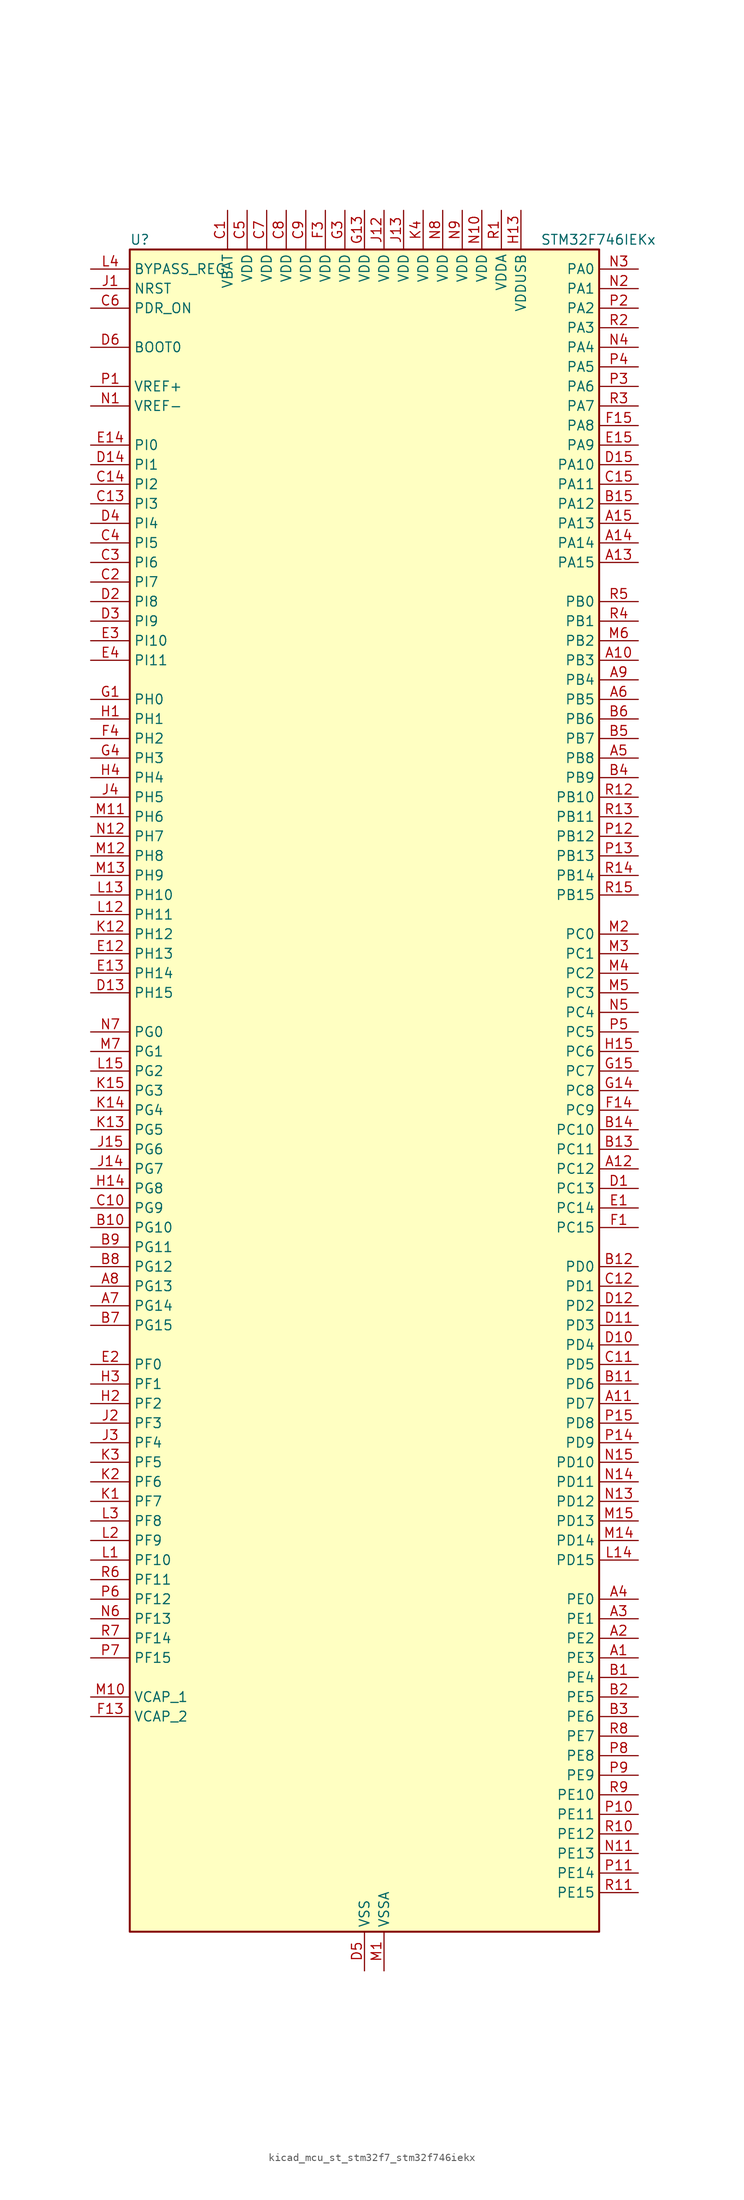
<source format=kicad_sym>
(kicad_symbol_lib
  (version 20220914)
  (generator kicad_symbol_editor)
  (symbol "kicad_mcu_st_stm32f7_stm32f746iekx"
    (property "Reference" "U"
      (at -30.48 110.49 0)
      (effects (font (size 1.27 1.27)) (justify left)))
    (property "Value" "STM32F746IEKx"
      (at 22.86 110.49 0)
      (effects (font (size 1.27 1.27)) (justify left)))
    (property "ki_locked" ""
      (at 0 0 0)
      (effects (font (size 1.27 1.27))))
    (symbol "kicad_mcu_st_stm32f7_stm32f746iekx_0_1"
      (rectangle (start -30.48 -109.22) (end 30.48 109.22) (stroke (width 0.254) (type default)) (fill (type background))))
    (symbol "kicad_mcu_st_stm32f7_stm32f746iekx_1_1"
      (pin bidirectional line (at 35.56 -73.66 180) (length 5.08) (name "PE3" (effects (font (size 1.27 1.27)))) (number "A1" (effects (font (size 1.27 1.27)))) (alternate "FMC_A19" bidirectional line) (alternate "SAI1_SD_B" bidirectional line) (alternate "SYS_TRACED0" bidirectional line))
      (pin bidirectional line (at 35.56 55.88 180) (length 5.08) (name "PB3" (effects (font (size 1.27 1.27)))) (number "A10" (effects (font (size 1.27 1.27)))) (alternate "I2S1_CK" bidirectional line) (alternate "I2S3_CK" bidirectional line) (alternate "SPI1_SCK" bidirectional line) (alternate "SPI3_SCK" bidirectional line) (alternate "SYS_JTDO-SWO" bidirectional line) (alternate "TIM2_CH2" bidirectional line))
      (pin bidirectional line (at 35.56 -40.64 180) (length 5.08) (name "PD7" (effects (font (size 1.27 1.27)))) (number "A11" (effects (font (size 1.27 1.27)))) (alternate "FMC_NE1" bidirectional line) (alternate "SPDIFRX_IN0" bidirectional line) (alternate "USART2_CK" bidirectional line))
      (pin bidirectional line (at 35.56 -10.16 180) (length 5.08) (name "PC12" (effects (font (size 1.27 1.27)))) (number "A12" (effects (font (size 1.27 1.27)))) (alternate "DCMI_D9" bidirectional line) (alternate "I2S3_SD" bidirectional line) (alternate "SDMMC1_CK" bidirectional line) (alternate "SPI3_MOSI" bidirectional line) (alternate "SYS_TRACED3" bidirectional line) (alternate "UART5_TX" bidirectional line) (alternate "USART3_CK" bidirectional line))
      (pin bidirectional line (at 35.56 68.58 180) (length 5.08) (name "PA15" (effects (font (size 1.27 1.27)))) (number "A13" (effects (font (size 1.27 1.27)))) (alternate "CEC" bidirectional line) (alternate "I2S1_WS" bidirectional line) (alternate "I2S3_WS" bidirectional line) (alternate "SPI1_NSS" bidirectional line) (alternate "SPI3_NSS" bidirectional line) (alternate "SYS_JTDI" bidirectional line) (alternate "TIM2_CH1" bidirectional line) (alternate "TIM2_ETR" bidirectional line) (alternate "UART4_DE" bidirectional line) (alternate "UART4_RTS" bidirectional line))
      (pin bidirectional line (at 35.56 71.12 180) (length 5.08) (name "PA14" (effects (font (size 1.27 1.27)))) (number "A14" (effects (font (size 1.27 1.27)))) (alternate "SYS_JTCK-SWCLK" bidirectional line))
      (pin bidirectional line (at 35.56 73.66 180) (length 5.08) (name "PA13" (effects (font (size 1.27 1.27)))) (number "A15" (effects (font (size 1.27 1.27)))) (alternate "SYS_JTMS-SWDIO" bidirectional line))
      (pin bidirectional line (at 35.56 -71.12 180) (length 5.08) (name "PE2" (effects (font (size 1.27 1.27)))) (number "A2" (effects (font (size 1.27 1.27)))) (alternate "ETH_TXD3" bidirectional line) (alternate "FMC_A23" bidirectional line) (alternate "QUADSPI_BK1_IO2" bidirectional line) (alternate "SAI1_MCLK_A" bidirectional line) (alternate "SPI4_SCK" bidirectional line) (alternate "SYS_TRACECLK" bidirectional line))
      (pin bidirectional line (at 35.56 -68.58 180) (length 5.08) (name "PE1" (effects (font (size 1.27 1.27)))) (number "A3" (effects (font (size 1.27 1.27)))) (alternate "DCMI_D3" bidirectional line) (alternate "FMC_NBL1" bidirectional line) (alternate "LPTIM1_IN2" bidirectional line) (alternate "UART8_TX" bidirectional line))
      (pin bidirectional line (at 35.56 -66.04 180) (length 5.08) (name "PE0" (effects (font (size 1.27 1.27)))) (number "A4" (effects (font (size 1.27 1.27)))) (alternate "DCMI_D2" bidirectional line) (alternate "FMC_NBL0" bidirectional line) (alternate "LPTIM1_ETR" bidirectional line) (alternate "SAI2_MCLK_A" bidirectional line) (alternate "TIM4_ETR" bidirectional line) (alternate "UART8_RX" bidirectional line))
      (pin bidirectional line (at 35.56 43.18 180) (length 5.08) (name "PB8" (effects (font (size 1.27 1.27)))) (number "A5" (effects (font (size 1.27 1.27)))) (alternate "CAN1_RX" bidirectional line) (alternate "DCMI_D6" bidirectional line) (alternate "ETH_TXD3" bidirectional line) (alternate "I2C1_SCL" bidirectional line) (alternate "LTDC_B6" bidirectional line) (alternate "SDMMC1_D4" bidirectional line) (alternate "TIM10_CH1" bidirectional line) (alternate "TIM4_CH3" bidirectional line))
      (pin bidirectional line (at 35.56 50.8 180) (length 5.08) (name "PB5" (effects (font (size 1.27 1.27)))) (number "A6" (effects (font (size 1.27 1.27)))) (alternate "CAN2_RX" bidirectional line) (alternate "DCMI_D10" bidirectional line) (alternate "ETH_PPS_OUT" bidirectional line) (alternate "FMC_SDCKE1" bidirectional line) (alternate "I2C1_SMBA" bidirectional line) (alternate "I2S1_SD" bidirectional line) (alternate "I2S3_SD" bidirectional line) (alternate "SPI1_MOSI" bidirectional line) (alternate "SPI3_MOSI" bidirectional line) (alternate "TIM3_CH2" bidirectional line) (alternate "USB_OTG_HS_ULPI_D7" bidirectional line))
      (pin bidirectional line (at -35.56 -27.94 0) (length 5.08) (name "PG14" (effects (font (size 1.27 1.27)))) (number "A7" (effects (font (size 1.27 1.27)))) (alternate "ETH_TXD1" bidirectional line) (alternate "FMC_A25" bidirectional line) (alternate "LPTIM1_ETR" bidirectional line) (alternate "LTDC_B0" bidirectional line) (alternate "QUADSPI_BK2_IO3" bidirectional line) (alternate "SPI6_MOSI" bidirectional line) (alternate "SYS_TRACED1" bidirectional line) (alternate "USART6_TX" bidirectional line))
      (pin bidirectional line (at -35.56 -25.4 0) (length 5.08) (name "PG13" (effects (font (size 1.27 1.27)))) (number "A8" (effects (font (size 1.27 1.27)))) (alternate "ETH_TXD0" bidirectional line) (alternate "FMC_A24" bidirectional line) (alternate "LPTIM1_OUT" bidirectional line) (alternate "LTDC_R0" bidirectional line) (alternate "SPI6_SCK" bidirectional line) (alternate "SYS_TRACED0" bidirectional line) (alternate "USART6_CTS" bidirectional line))
      (pin bidirectional line (at 35.56 53.34 180) (length 5.08) (name "PB4" (effects (font (size 1.27 1.27)))) (number "A9" (effects (font (size 1.27 1.27)))) (alternate "I2S2_WS" bidirectional line) (alternate "SPI1_MISO" bidirectional line) (alternate "SPI2_NSS" bidirectional line) (alternate "SPI3_MISO" bidirectional line) (alternate "SYS_JTRST" bidirectional line) (alternate "TIM3_CH1" bidirectional line))
      (pin bidirectional line (at 35.56 -76.2 180) (length 5.08) (name "PE4" (effects (font (size 1.27 1.27)))) (number "B1" (effects (font (size 1.27 1.27)))) (alternate "DCMI_D4" bidirectional line) (alternate "FMC_A20" bidirectional line) (alternate "LTDC_B0" bidirectional line) (alternate "SAI1_FS_A" bidirectional line) (alternate "SPI4_NSS" bidirectional line) (alternate "SYS_TRACED1" bidirectional line))
      (pin bidirectional line (at -35.56 -17.78 0) (length 5.08) (name "PG10" (effects (font (size 1.27 1.27)))) (number "B10" (effects (font (size 1.27 1.27)))) (alternate "DCMI_D2" bidirectional line) (alternate "FMC_NE3" bidirectional line) (alternate "LTDC_B2" bidirectional line) (alternate "LTDC_G3" bidirectional line) (alternate "SAI2_SD_B" bidirectional line))
      (pin bidirectional line (at 35.56 -38.1 180) (length 5.08) (name "PD6" (effects (font (size 1.27 1.27)))) (number "B11" (effects (font (size 1.27 1.27)))) (alternate "DCMI_D10" bidirectional line) (alternate "FMC_NWAIT" bidirectional line) (alternate "I2S3_SD" bidirectional line) (alternate "LTDC_B2" bidirectional line) (alternate "SAI1_SD_A" bidirectional line) (alternate "SPI3_MOSI" bidirectional line) (alternate "USART2_RX" bidirectional line))
      (pin bidirectional line (at 35.56 -22.86 180) (length 5.08) (name "PD0" (effects (font (size 1.27 1.27)))) (number "B12" (effects (font (size 1.27 1.27)))) (alternate "CAN1_RX" bidirectional line) (alternate "FMC_D2" bidirectional line) (alternate "FMC_DA2" bidirectional line))
      (pin bidirectional line (at 35.56 -7.62 180) (length 5.08) (name "PC11" (effects (font (size 1.27 1.27)))) (number "B13" (effects (font (size 1.27 1.27)))) (alternate "ADC1_EXTI11" bidirectional line) (alternate "ADC2_EXTI11" bidirectional line) (alternate "ADC3_EXTI11" bidirectional line) (alternate "DCMI_D4" bidirectional line) (alternate "QUADSPI_BK2_NCS" bidirectional line) (alternate "SDMMC1_D3" bidirectional line) (alternate "SPI3_MISO" bidirectional line) (alternate "UART4_RX" bidirectional line) (alternate "USART3_RX" bidirectional line))
      (pin bidirectional line (at 35.56 -5.08 180) (length 5.08) (name "PC10" (effects (font (size 1.27 1.27)))) (number "B14" (effects (font (size 1.27 1.27)))) (alternate "DCMI_D8" bidirectional line) (alternate "I2S3_CK" bidirectional line) (alternate "LTDC_R2" bidirectional line) (alternate "QUADSPI_BK1_IO1" bidirectional line) (alternate "SDMMC1_D2" bidirectional line) (alternate "SPI3_SCK" bidirectional line) (alternate "UART4_TX" bidirectional line) (alternate "USART3_TX" bidirectional line))
      (pin bidirectional line (at 35.56 76.2 180) (length 5.08) (name "PA12" (effects (font (size 1.27 1.27)))) (number "B15" (effects (font (size 1.27 1.27)))) (alternate "CAN1_TX" bidirectional line) (alternate "LTDC_R5" bidirectional line) (alternate "SAI2_FS_B" bidirectional line) (alternate "TIM1_ETR" bidirectional line) (alternate "USART1_DE" bidirectional line) (alternate "USART1_RTS" bidirectional line) (alternate "USB_OTG_FS_DP" bidirectional line))
      (pin bidirectional line (at 35.56 -78.74 180) (length 5.08) (name "PE5" (effects (font (size 1.27 1.27)))) (number "B2" (effects (font (size 1.27 1.27)))) (alternate "DCMI_D6" bidirectional line) (alternate "FMC_A21" bidirectional line) (alternate "LTDC_G0" bidirectional line) (alternate "SAI1_SCK_A" bidirectional line) (alternate "SPI4_MISO" bidirectional line) (alternate "SYS_TRACED2" bidirectional line) (alternate "TIM9_CH1" bidirectional line))
      (pin bidirectional line (at 35.56 -81.28 180) (length 5.08) (name "PE6" (effects (font (size 1.27 1.27)))) (number "B3" (effects (font (size 1.27 1.27)))) (alternate "DCMI_D7" bidirectional line) (alternate "FMC_A22" bidirectional line) (alternate "LTDC_G1" bidirectional line) (alternate "SAI1_SD_A" bidirectional line) (alternate "SAI2_MCLK_B" bidirectional line) (alternate "SPI4_MOSI" bidirectional line) (alternate "SYS_TRACED3" bidirectional line) (alternate "TIM1_BKIN2" bidirectional line) (alternate "TIM9_CH2" bidirectional line))
      (pin bidirectional line (at 35.56 40.64 180) (length 5.08) (name "PB9" (effects (font (size 1.27 1.27)))) (number "B4" (effects (font (size 1.27 1.27)))) (alternate "CAN1_TX" bidirectional line) (alternate "DAC_EXTI9" bidirectional line) (alternate "DCMI_D7" bidirectional line) (alternate "I2C1_SDA" bidirectional line) (alternate "I2S2_WS" bidirectional line) (alternate "LTDC_B7" bidirectional line) (alternate "SDMMC1_D5" bidirectional line) (alternate "SPI2_NSS" bidirectional line) (alternate "TIM11_CH1" bidirectional line) (alternate "TIM4_CH4" bidirectional line))
      (pin bidirectional line (at 35.56 45.72 180) (length 5.08) (name "PB7" (effects (font (size 1.27 1.27)))) (number "B5" (effects (font (size 1.27 1.27)))) (alternate "DCMI_VSYNC" bidirectional line) (alternate "FMC_NL" bidirectional line) (alternate "I2C1_SDA" bidirectional line) (alternate "TIM4_CH2" bidirectional line) (alternate "USART1_RX" bidirectional line))
      (pin bidirectional line (at 35.56 48.26 180) (length 5.08) (name "PB6" (effects (font (size 1.27 1.27)))) (number "B6" (effects (font (size 1.27 1.27)))) (alternate "CAN2_TX" bidirectional line) (alternate "CEC" bidirectional line) (alternate "DCMI_D5" bidirectional line) (alternate "FMC_SDNE1" bidirectional line) (alternate "I2C1_SCL" bidirectional line) (alternate "QUADSPI_BK1_NCS" bidirectional line) (alternate "TIM4_CH1" bidirectional line) (alternate "USART1_TX" bidirectional line))
      (pin bidirectional line (at -35.56 -30.48 0) (length 5.08) (name "PG15" (effects (font (size 1.27 1.27)))) (number "B7" (effects (font (size 1.27 1.27)))) (alternate "DCMI_D13" bidirectional line) (alternate "FMC_SDNCAS" bidirectional line) (alternate "USART6_CTS" bidirectional line))
      (pin bidirectional line (at -35.56 -22.86 0) (length 5.08) (name "PG12" (effects (font (size 1.27 1.27)))) (number "B8" (effects (font (size 1.27 1.27)))) (alternate "FMC_NE4" bidirectional line) (alternate "LPTIM1_IN1" bidirectional line) (alternate "LTDC_B1" bidirectional line) (alternate "LTDC_B4" bidirectional line) (alternate "SPDIFRX_IN1" bidirectional line) (alternate "SPI6_MISO" bidirectional line) (alternate "USART6_DE" bidirectional line) (alternate "USART6_RTS" bidirectional line))
      (pin bidirectional line (at -35.56 -20.32 0) (length 5.08) (name "PG11" (effects (font (size 1.27 1.27)))) (number "B9" (effects (font (size 1.27 1.27)))) (alternate "ADC1_EXTI11" bidirectional line) (alternate "ADC2_EXTI11" bidirectional line) (alternate "ADC3_EXTI11" bidirectional line) (alternate "DCMI_D3" bidirectional line) (alternate "ETH_TX_EN" bidirectional line) (alternate "LTDC_B3" bidirectional line) (alternate "SPDIFRX_IN0" bidirectional line))
      (pin power_in line (at -17.78 114.3 270) (length 5.08) (name "VBAT" (effects (font (size 1.27 1.27)))) (number "C1" (effects (font (size 1.27 1.27)))))
      (pin bidirectional line (at -35.56 -15.24 0) (length 5.08) (name "PG9" (effects (font (size 1.27 1.27)))) (number "C10" (effects (font (size 1.27 1.27)))) (alternate "DAC_EXTI9" bidirectional line) (alternate "DCMI_VSYNC" bidirectional line) (alternate "FMC_NCE" bidirectional line) (alternate "FMC_NE2" bidirectional line) (alternate "QUADSPI_BK2_IO2" bidirectional line) (alternate "SAI2_FS_B" bidirectional line) (alternate "SPDIFRX_IN3" bidirectional line) (alternate "USART6_RX" bidirectional line))
      (pin bidirectional line (at 35.56 -35.56 180) (length 5.08) (name "PD5" (effects (font (size 1.27 1.27)))) (number "C11" (effects (font (size 1.27 1.27)))) (alternate "FMC_NWE" bidirectional line) (alternate "USART2_TX" bidirectional line))
      (pin bidirectional line (at 35.56 -25.4 180) (length 5.08) (name "PD1" (effects (font (size 1.27 1.27)))) (number "C12" (effects (font (size 1.27 1.27)))) (alternate "CAN1_TX" bidirectional line) (alternate "FMC_D3" bidirectional line) (alternate "FMC_DA3" bidirectional line))
      (pin bidirectional line (at -35.56 76.2 0) (length 5.08) (name "PI3" (effects (font (size 1.27 1.27)))) (number "C13" (effects (font (size 1.27 1.27)))) (alternate "DCMI_D10" bidirectional line) (alternate "FMC_D27" bidirectional line) (alternate "I2S2_SD" bidirectional line) (alternate "SPI2_MOSI" bidirectional line) (alternate "TIM8_ETR" bidirectional line))
      (pin bidirectional line (at -35.56 78.74 0) (length 5.08) (name "PI2" (effects (font (size 1.27 1.27)))) (number "C14" (effects (font (size 1.27 1.27)))) (alternate "DCMI_D9" bidirectional line) (alternate "FMC_D26" bidirectional line) (alternate "LTDC_G7" bidirectional line) (alternate "SPI2_MISO" bidirectional line) (alternate "TIM8_CH4" bidirectional line))
      (pin bidirectional line (at 35.56 78.74 180) (length 5.08) (name "PA11" (effects (font (size 1.27 1.27)))) (number "C15" (effects (font (size 1.27 1.27)))) (alternate "ADC1_EXTI11" bidirectional line) (alternate "ADC2_EXTI11" bidirectional line) (alternate "ADC3_EXTI11" bidirectional line) (alternate "CAN1_RX" bidirectional line) (alternate "LTDC_R4" bidirectional line) (alternate "TIM1_CH4" bidirectional line) (alternate "USART1_CTS" bidirectional line) (alternate "USB_OTG_FS_DM" bidirectional line))
      (pin bidirectional line (at -35.56 66.04 0) (length 5.08) (name "PI7" (effects (font (size 1.27 1.27)))) (number "C2" (effects (font (size 1.27 1.27)))) (alternate "DCMI_D7" bidirectional line) (alternate "FMC_D29" bidirectional line) (alternate "LTDC_B7" bidirectional line) (alternate "SAI2_FS_A" bidirectional line) (alternate "TIM8_CH3" bidirectional line))
      (pin bidirectional line (at -35.56 68.58 0) (length 5.08) (name "PI6" (effects (font (size 1.27 1.27)))) (number "C3" (effects (font (size 1.27 1.27)))) (alternate "DCMI_D6" bidirectional line) (alternate "FMC_D28" bidirectional line) (alternate "LTDC_B6" bidirectional line) (alternate "SAI2_SD_A" bidirectional line) (alternate "TIM8_CH2" bidirectional line))
      (pin bidirectional line (at -35.56 71.12 0) (length 5.08) (name "PI5" (effects (font (size 1.27 1.27)))) (number "C4" (effects (font (size 1.27 1.27)))) (alternate "DCMI_VSYNC" bidirectional line) (alternate "FMC_NBL3" bidirectional line) (alternate "LTDC_B5" bidirectional line) (alternate "SAI2_SCK_A" bidirectional line) (alternate "TIM8_CH1" bidirectional line))
      (pin power_in line (at -15.24 114.3 270) (length 5.08) (name "VDD" (effects (font (size 1.27 1.27)))) (number "C5" (effects (font (size 1.27 1.27)))))
      (pin input line (at -35.56 101.6 0) (length 5.08) (name "PDR_ON" (effects (font (size 1.27 1.27)))) (number "C6" (effects (font (size 1.27 1.27)))))
      (pin power_in line (at -12.7 114.3 270) (length 5.08) (name "VDD" (effects (font (size 1.27 1.27)))) (number "C7" (effects (font (size 1.27 1.27)))))
      (pin power_in line (at -10.16 114.3 270) (length 5.08) (name "VDD" (effects (font (size 1.27 1.27)))) (number "C8" (effects (font (size 1.27 1.27)))))
      (pin power_in line (at -7.62 114.3 270) (length 5.08) (name "VDD" (effects (font (size 1.27 1.27)))) (number "C9" (effects (font (size 1.27 1.27)))))
      (pin bidirectional line (at 35.56 -12.7 180) (length 5.08) (name "PC13" (effects (font (size 1.27 1.27)))) (number "D1" (effects (font (size 1.27 1.27)))) (alternate "RTC_OUT" bidirectional line) (alternate "RTC_TAMP1" bidirectional line) (alternate "RTC_TS" bidirectional line) (alternate "SYS_WKUP4" bidirectional line))
      (pin bidirectional line (at 35.56 -33.02 180) (length 5.08) (name "PD4" (effects (font (size 1.27 1.27)))) (number "D10" (effects (font (size 1.27 1.27)))) (alternate "FMC_NOE" bidirectional line) (alternate "USART2_DE" bidirectional line) (alternate "USART2_RTS" bidirectional line))
      (pin bidirectional line (at 35.56 -30.48 180) (length 5.08) (name "PD3" (effects (font (size 1.27 1.27)))) (number "D11" (effects (font (size 1.27 1.27)))) (alternate "DCMI_D5" bidirectional line) (alternate "FMC_CLK" bidirectional line) (alternate "I2S2_CK" bidirectional line) (alternate "LTDC_G7" bidirectional line) (alternate "SPI2_SCK" bidirectional line) (alternate "USART2_CTS" bidirectional line))
      (pin bidirectional line (at 35.56 -27.94 180) (length 5.08) (name "PD2" (effects (font (size 1.27 1.27)))) (number "D12" (effects (font (size 1.27 1.27)))) (alternate "DCMI_D11" bidirectional line) (alternate "SDMMC1_CMD" bidirectional line) (alternate "SYS_TRACED2" bidirectional line) (alternate "TIM3_ETR" bidirectional line) (alternate "UART5_RX" bidirectional line))
      (pin bidirectional line (at -35.56 12.7 0) (length 5.08) (name "PH15" (effects (font (size 1.27 1.27)))) (number "D13" (effects (font (size 1.27 1.27)))) (alternate "DCMI_D11" bidirectional line) (alternate "FMC_D23" bidirectional line) (alternate "LTDC_G4" bidirectional line) (alternate "TIM8_CH3N" bidirectional line))
      (pin bidirectional line (at -35.56 81.28 0) (length 5.08) (name "PI1" (effects (font (size 1.27 1.27)))) (number "D14" (effects (font (size 1.27 1.27)))) (alternate "DCMI_D8" bidirectional line) (alternate "FMC_D25" bidirectional line) (alternate "I2S2_CK" bidirectional line) (alternate "LTDC_G6" bidirectional line) (alternate "SPI2_SCK" bidirectional line) (alternate "TIM8_BKIN2" bidirectional line))
      (pin bidirectional line (at 35.56 81.28 180) (length 5.08) (name "PA10" (effects (font (size 1.27 1.27)))) (number "D15" (effects (font (size 1.27 1.27)))) (alternate "DCMI_D1" bidirectional line) (alternate "TIM1_CH3" bidirectional line) (alternate "USART1_RX" bidirectional line) (alternate "USB_OTG_FS_ID" bidirectional line))
      (pin bidirectional line (at -35.56 63.5 0) (length 5.08) (name "PI8" (effects (font (size 1.27 1.27)))) (number "D2" (effects (font (size 1.27 1.27)))) (alternate "RTC_TAMP2" bidirectional line) (alternate "RTC_TS" bidirectional line) (alternate "SYS_WKUP5" bidirectional line))
      (pin bidirectional line (at -35.56 60.96 0) (length 5.08) (name "PI9" (effects (font (size 1.27 1.27)))) (number "D3" (effects (font (size 1.27 1.27)))) (alternate "CAN1_RX" bidirectional line) (alternate "DAC_EXTI9" bidirectional line) (alternate "FMC_D30" bidirectional line) (alternate "LTDC_VSYNC" bidirectional line))
      (pin bidirectional line (at -35.56 73.66 0) (length 5.08) (name "PI4" (effects (font (size 1.27 1.27)))) (number "D4" (effects (font (size 1.27 1.27)))) (alternate "DCMI_D5" bidirectional line) (alternate "FMC_NBL2" bidirectional line) (alternate "LTDC_B4" bidirectional line) (alternate "SAI2_MCLK_A" bidirectional line) (alternate "TIM8_BKIN" bidirectional line))
      (pin power_in line (at 0 -114.3 90) (length 5.08) (name "VSS" (effects (font (size 1.27 1.27)))) (number "D5" (effects (font (size 1.27 1.27)))))
      (pin input line (at -35.56 96.52 0) (length 5.08) (name "BOOT0" (effects (font (size 1.27 1.27)))) (number "D6" (effects (font (size 1.27 1.27)))))
      (pin passive line (at 0 -114.3 90) (length 5.08) hide (name "VSS" (effects (font (size 1.27 1.27)))) (number "D7" (effects (font (size 1.27 1.27)))))
      (pin passive line (at 0 -114.3 90) (length 5.08) hide (name "VSS" (effects (font (size 1.27 1.27)))) (number "D8" (effects (font (size 1.27 1.27)))))
      (pin passive line (at 0 -114.3 90) (length 5.08) hide (name "VSS" (effects (font (size 1.27 1.27)))) (number "D9" (effects (font (size 1.27 1.27)))))
      (pin bidirectional line (at 35.56 -15.24 180) (length 5.08) (name "PC14" (effects (font (size 1.27 1.27)))) (number "E1" (effects (font (size 1.27 1.27)))) (alternate "RCC_OSC32_IN" bidirectional line))
      (pin bidirectional line (at -35.56 17.78 0) (length 5.08) (name "PH13" (effects (font (size 1.27 1.27)))) (number "E12" (effects (font (size 1.27 1.27)))) (alternate "CAN1_TX" bidirectional line) (alternate "FMC_D21" bidirectional line) (alternate "LTDC_G2" bidirectional line) (alternate "TIM8_CH1N" bidirectional line))
      (pin bidirectional line (at -35.56 15.24 0) (length 5.08) (name "PH14" (effects (font (size 1.27 1.27)))) (number "E13" (effects (font (size 1.27 1.27)))) (alternate "DCMI_D4" bidirectional line) (alternate "FMC_D22" bidirectional line) (alternate "LTDC_G3" bidirectional line) (alternate "TIM8_CH2N" bidirectional line))
      (pin bidirectional line (at -35.56 83.82 0) (length 5.08) (name "PI0" (effects (font (size 1.27 1.27)))) (number "E14" (effects (font (size 1.27 1.27)))) (alternate "DCMI_D13" bidirectional line) (alternate "FMC_D24" bidirectional line) (alternate "I2S2_WS" bidirectional line) (alternate "LTDC_G5" bidirectional line) (alternate "SPI2_NSS" bidirectional line) (alternate "TIM5_CH4" bidirectional line))
      (pin bidirectional line (at 35.56 83.82 180) (length 5.08) (name "PA9" (effects (font (size 1.27 1.27)))) (number "E15" (effects (font (size 1.27 1.27)))) (alternate "DAC_EXTI9" bidirectional line) (alternate "DCMI_D0" bidirectional line) (alternate "I2C3_SMBA" bidirectional line) (alternate "I2S2_CK" bidirectional line) (alternate "SPI2_SCK" bidirectional line) (alternate "TIM1_CH2" bidirectional line) (alternate "USART1_TX" bidirectional line) (alternate "USB_OTG_FS_VBUS" bidirectional line))
      (pin bidirectional line (at -35.56 -35.56 0) (length 5.08) (name "PF0" (effects (font (size 1.27 1.27)))) (number "E2" (effects (font (size 1.27 1.27)))) (alternate "FMC_A0" bidirectional line) (alternate "I2C2_SDA" bidirectional line))
      (pin bidirectional line (at -35.56 58.42 0) (length 5.08) (name "PI10" (effects (font (size 1.27 1.27)))) (number "E3" (effects (font (size 1.27 1.27)))) (alternate "ETH_RX_ER" bidirectional line) (alternate "FMC_D31" bidirectional line) (alternate "LTDC_HSYNC" bidirectional line))
      (pin bidirectional line (at -35.56 55.88 0) (length 5.08) (name "PI11" (effects (font (size 1.27 1.27)))) (number "E4" (effects (font (size 1.27 1.27)))) (alternate "ADC1_EXTI11" bidirectional line) (alternate "ADC2_EXTI11" bidirectional line) (alternate "ADC3_EXTI11" bidirectional line) (alternate "SYS_WKUP6" bidirectional line) (alternate "USB_OTG_HS_ULPI_DIR" bidirectional line))
      (pin bidirectional line (at 35.56 -17.78 180) (length 5.08) (name "PC15" (effects (font (size 1.27 1.27)))) (number "F1" (effects (font (size 1.27 1.27)))) (alternate "RCC_OSC32_OUT" bidirectional line))
      (pin passive line (at 0 -114.3 90) (length 5.08) hide (name "VSS" (effects (font (size 1.27 1.27)))) (number "F10" (effects (font (size 1.27 1.27)))))
      (pin passive line (at 0 -114.3 90) (length 5.08) hide (name "VSS" (effects (font (size 1.27 1.27)))) (number "F12" (effects (font (size 1.27 1.27)))))
      (pin power_out line (at -35.56 -81.28 0) (length 5.08) (name "VCAP_2" (effects (font (size 1.27 1.27)))) (number "F13" (effects (font (size 1.27 1.27)))))
      (pin bidirectional line (at 35.56 -2.54 180) (length 5.08) (name "PC9" (effects (font (size 1.27 1.27)))) (number "F14" (effects (font (size 1.27 1.27)))) (alternate "DAC_EXTI9" bidirectional line) (alternate "DCMI_D3" bidirectional line) (alternate "I2C3_SDA" bidirectional line) (alternate "I2S_CKIN" bidirectional line) (alternate "QUADSPI_BK1_IO0" bidirectional line) (alternate "RCC_MCO_2" bidirectional line) (alternate "SDMMC1_D1" bidirectional line) (alternate "TIM3_CH4" bidirectional line) (alternate "TIM8_CH4" bidirectional line) (alternate "UART5_CTS" bidirectional line))
      (pin bidirectional line (at 35.56 86.36 180) (length 5.08) (name "PA8" (effects (font (size 1.27 1.27)))) (number "F15" (effects (font (size 1.27 1.27)))) (alternate "I2C3_SCL" bidirectional line) (alternate "LTDC_R6" bidirectional line) (alternate "RCC_MCO_1" bidirectional line) (alternate "TIM1_CH1" bidirectional line) (alternate "TIM8_BKIN2" bidirectional line) (alternate "USART1_CK" bidirectional line) (alternate "USB_OTG_FS_SOF" bidirectional line))
      (pin passive line (at 0 -114.3 90) (length 5.08) hide (name "VSS" (effects (font (size 1.27 1.27)))) (number "F2" (effects (font (size 1.27 1.27)))))
      (pin power_in line (at -5.08 114.3 270) (length 5.08) (name "VDD" (effects (font (size 1.27 1.27)))) (number "F3" (effects (font (size 1.27 1.27)))))
      (pin bidirectional line (at -35.56 45.72 0) (length 5.08) (name "PH2" (effects (font (size 1.27 1.27)))) (number "F4" (effects (font (size 1.27 1.27)))) (alternate "ETH_CRS" bidirectional line) (alternate "FMC_SDCKE0" bidirectional line) (alternate "LPTIM1_IN2" bidirectional line) (alternate "LTDC_R0" bidirectional line) (alternate "QUADSPI_BK2_IO0" bidirectional line) (alternate "SAI2_SCK_B" bidirectional line))
      (pin passive line (at 0 -114.3 90) (length 5.08) hide (name "VSS" (effects (font (size 1.27 1.27)))) (number "F6" (effects (font (size 1.27 1.27)))))
      (pin passive line (at 0 -114.3 90) (length 5.08) hide (name "VSS" (effects (font (size 1.27 1.27)))) (number "F7" (effects (font (size 1.27 1.27)))))
      (pin passive line (at 0 -114.3 90) (length 5.08) hide (name "VSS" (effects (font (size 1.27 1.27)))) (number "F8" (effects (font (size 1.27 1.27)))))
      (pin passive line (at 0 -114.3 90) (length 5.08) hide (name "VSS" (effects (font (size 1.27 1.27)))) (number "F9" (effects (font (size 1.27 1.27)))))
      (pin bidirectional line (at -35.56 50.8 0) (length 5.08) (name "PH0" (effects (font (size 1.27 1.27)))) (number "G1" (effects (font (size 1.27 1.27)))) (alternate "RCC_OSC_IN" bidirectional line))
      (pin passive line (at 0 -114.3 90) (length 5.08) hide (name "VSS" (effects (font (size 1.27 1.27)))) (number "G10" (effects (font (size 1.27 1.27)))))
      (pin passive line (at 0 -114.3 90) (length 5.08) hide (name "VSS" (effects (font (size 1.27 1.27)))) (number "G12" (effects (font (size 1.27 1.27)))))
      (pin power_in line (at 0 114.3 270) (length 5.08) (name "VDD" (effects (font (size 1.27 1.27)))) (number "G13" (effects (font (size 1.27 1.27)))))
      (pin bidirectional line (at 35.56 0 180) (length 5.08) (name "PC8" (effects (font (size 1.27 1.27)))) (number "G14" (effects (font (size 1.27 1.27)))) (alternate "DCMI_D2" bidirectional line) (alternate "SDMMC1_D0" bidirectional line) (alternate "SYS_TRACED1" bidirectional line) (alternate "TIM3_CH3" bidirectional line) (alternate "TIM8_CH3" bidirectional line) (alternate "UART5_DE" bidirectional line) (alternate "UART5_RTS" bidirectional line) (alternate "USART6_CK" bidirectional line))
      (pin bidirectional line (at 35.56 2.54 180) (length 5.08) (name "PC7" (effects (font (size 1.27 1.27)))) (number "G15" (effects (font (size 1.27 1.27)))) (alternate "DCMI_D1" bidirectional line) (alternate "I2S3_MCK" bidirectional line) (alternate "LTDC_G6" bidirectional line) (alternate "SDMMC1_D7" bidirectional line) (alternate "TIM3_CH2" bidirectional line) (alternate "TIM8_CH2" bidirectional line) (alternate "USART6_RX" bidirectional line))
      (pin passive line (at 0 -114.3 90) (length 5.08) hide (name "VSS" (effects (font (size 1.27 1.27)))) (number "G2" (effects (font (size 1.27 1.27)))))
      (pin power_in line (at -2.54 114.3 270) (length 5.08) (name "VDD" (effects (font (size 1.27 1.27)))) (number "G3" (effects (font (size 1.27 1.27)))))
      (pin bidirectional line (at -35.56 43.18 0) (length 5.08) (name "PH3" (effects (font (size 1.27 1.27)))) (number "G4" (effects (font (size 1.27 1.27)))) (alternate "ETH_COL" bidirectional line) (alternate "FMC_SDNE0" bidirectional line) (alternate "LTDC_R1" bidirectional line) (alternate "QUADSPI_BK2_IO1" bidirectional line) (alternate "SAI2_MCLK_B" bidirectional line))
      (pin passive line (at 0 -114.3 90) (length 5.08) hide (name "VSS" (effects (font (size 1.27 1.27)))) (number "G6" (effects (font (size 1.27 1.27)))))
      (pin passive line (at 0 -114.3 90) (length 5.08) hide (name "VSS" (effects (font (size 1.27 1.27)))) (number "G7" (effects (font (size 1.27 1.27)))))
      (pin passive line (at 0 -114.3 90) (length 5.08) hide (name "VSS" (effects (font (size 1.27 1.27)))) (number "G8" (effects (font (size 1.27 1.27)))))
      (pin passive line (at 0 -114.3 90) (length 5.08) hide (name "VSS" (effects (font (size 1.27 1.27)))) (number "G9" (effects (font (size 1.27 1.27)))))
      (pin bidirectional line (at -35.56 48.26 0) (length 5.08) (name "PH1" (effects (font (size 1.27 1.27)))) (number "H1" (effects (font (size 1.27 1.27)))) (alternate "RCC_OSC_OUT" bidirectional line))
      (pin passive line (at 0 -114.3 90) (length 5.08) hide (name "VSS" (effects (font (size 1.27 1.27)))) (number "H10" (effects (font (size 1.27 1.27)))))
      (pin passive line (at 0 -114.3 90) (length 5.08) hide (name "VSS" (effects (font (size 1.27 1.27)))) (number "H12" (effects (font (size 1.27 1.27)))))
      (pin power_in line (at 20.32 114.3 270) (length 5.08) (name "VDDUSB" (effects (font (size 1.27 1.27)))) (number "H13" (effects (font (size 1.27 1.27)))))
      (pin bidirectional line (at -35.56 -12.7 0) (length 5.08) (name "PG8" (effects (font (size 1.27 1.27)))) (number "H14" (effects (font (size 1.27 1.27)))) (alternate "ETH_PPS_OUT" bidirectional line) (alternate "FMC_SDCLK" bidirectional line) (alternate "SPDIFRX_IN2" bidirectional line) (alternate "SPI6_NSS" bidirectional line) (alternate "USART6_DE" bidirectional line) (alternate "USART6_RTS" bidirectional line))
      (pin bidirectional line (at 35.56 5.08 180) (length 5.08) (name "PC6" (effects (font (size 1.27 1.27)))) (number "H15" (effects (font (size 1.27 1.27)))) (alternate "DCMI_D0" bidirectional line) (alternate "I2S2_MCK" bidirectional line) (alternate "LTDC_HSYNC" bidirectional line) (alternate "SDMMC1_D6" bidirectional line) (alternate "TIM3_CH1" bidirectional line) (alternate "TIM8_CH1" bidirectional line) (alternate "USART6_TX" bidirectional line))
      (pin bidirectional line (at -35.56 -40.64 0) (length 5.08) (name "PF2" (effects (font (size 1.27 1.27)))) (number "H2" (effects (font (size 1.27 1.27)))) (alternate "FMC_A2" bidirectional line) (alternate "I2C2_SMBA" bidirectional line))
      (pin bidirectional line (at -35.56 -38.1 0) (length 5.08) (name "PF1" (effects (font (size 1.27 1.27)))) (number "H3" (effects (font (size 1.27 1.27)))) (alternate "FMC_A1" bidirectional line) (alternate "I2C2_SCL" bidirectional line))
      (pin bidirectional line (at -35.56 40.64 0) (length 5.08) (name "PH4" (effects (font (size 1.27 1.27)))) (number "H4" (effects (font (size 1.27 1.27)))) (alternate "I2C2_SCL" bidirectional line) (alternate "USB_OTG_HS_ULPI_NXT" bidirectional line))
      (pin passive line (at 0 -114.3 90) (length 5.08) hide (name "VSS" (effects (font (size 1.27 1.27)))) (number "H6" (effects (font (size 1.27 1.27)))))
      (pin passive line (at 0 -114.3 90) (length 5.08) hide (name "VSS" (effects (font (size 1.27 1.27)))) (number "H7" (effects (font (size 1.27 1.27)))))
      (pin passive line (at 0 -114.3 90) (length 5.08) hide (name "VSS" (effects (font (size 1.27 1.27)))) (number "H8" (effects (font (size 1.27 1.27)))))
      (pin passive line (at 0 -114.3 90) (length 5.08) hide (name "VSS" (effects (font (size 1.27 1.27)))) (number "H9" (effects (font (size 1.27 1.27)))))
      (pin input line (at -35.56 104.14 0) (length 5.08) (name "NRST" (effects (font (size 1.27 1.27)))) (number "J1" (effects (font (size 1.27 1.27)))))
      (pin passive line (at 0 -114.3 90) (length 5.08) hide (name "VSS" (effects (font (size 1.27 1.27)))) (number "J10" (effects (font (size 1.27 1.27)))))
      (pin power_in line (at 2.54 114.3 270) (length 5.08) (name "VDD" (effects (font (size 1.27 1.27)))) (number "J12" (effects (font (size 1.27 1.27)))))
      (pin power_in line (at 5.08 114.3 270) (length 5.08) (name "VDD" (effects (font (size 1.27 1.27)))) (number "J13" (effects (font (size 1.27 1.27)))))
      (pin bidirectional line (at -35.56 -10.16 0) (length 5.08) (name "PG7" (effects (font (size 1.27 1.27)))) (number "J14" (effects (font (size 1.27 1.27)))) (alternate "DCMI_D13" bidirectional line) (alternate "FMC_INT" bidirectional line) (alternate "LTDC_CLK" bidirectional line) (alternate "USART6_CK" bidirectional line))
      (pin bidirectional line (at -35.56 -7.62 0) (length 5.08) (name "PG6" (effects (font (size 1.27 1.27)))) (number "J15" (effects (font (size 1.27 1.27)))) (alternate "DCMI_D12" bidirectional line) (alternate "LTDC_R7" bidirectional line))
      (pin bidirectional line (at -35.56 -43.18 0) (length 5.08) (name "PF3" (effects (font (size 1.27 1.27)))) (number "J2" (effects (font (size 1.27 1.27)))) (alternate "ADC3_IN9" bidirectional line) (alternate "FMC_A3" bidirectional line))
      (pin bidirectional line (at -35.56 -45.72 0) (length 5.08) (name "PF4" (effects (font (size 1.27 1.27)))) (number "J3" (effects (font (size 1.27 1.27)))) (alternate "ADC3_IN14" bidirectional line) (alternate "FMC_A4" bidirectional line))
      (pin bidirectional line (at -35.56 38.1 0) (length 5.08) (name "PH5" (effects (font (size 1.27 1.27)))) (number "J4" (effects (font (size 1.27 1.27)))) (alternate "FMC_SDNWE" bidirectional line) (alternate "I2C2_SDA" bidirectional line) (alternate "SPI5_NSS" bidirectional line))
      (pin passive line (at 0 -114.3 90) (length 5.08) hide (name "VSS" (effects (font (size 1.27 1.27)))) (number "J6" (effects (font (size 1.27 1.27)))))
      (pin passive line (at 0 -114.3 90) (length 5.08) hide (name "VSS" (effects (font (size 1.27 1.27)))) (number "J7" (effects (font (size 1.27 1.27)))))
      (pin passive line (at 0 -114.3 90) (length 5.08) hide (name "VSS" (effects (font (size 1.27 1.27)))) (number "J8" (effects (font (size 1.27 1.27)))))
      (pin passive line (at 0 -114.3 90) (length 5.08) hide (name "VSS" (effects (font (size 1.27 1.27)))) (number "J9" (effects (font (size 1.27 1.27)))))
      (pin bidirectional line (at -35.56 -53.34 0) (length 5.08) (name "PF7" (effects (font (size 1.27 1.27)))) (number "K1" (effects (font (size 1.27 1.27)))) (alternate "ADC3_IN5" bidirectional line) (alternate "QUADSPI_BK1_IO2" bidirectional line) (alternate "SAI1_MCLK_B" bidirectional line) (alternate "SPI5_SCK" bidirectional line) (alternate "TIM11_CH1" bidirectional line) (alternate "UART7_TX" bidirectional line))
      (pin passive line (at 0 -114.3 90) (length 5.08) hide (name "VSS" (effects (font (size 1.27 1.27)))) (number "K10" (effects (font (size 1.27 1.27)))))
      (pin bidirectional line (at -35.56 20.32 0) (length 5.08) (name "PH12" (effects (font (size 1.27 1.27)))) (number "K12" (effects (font (size 1.27 1.27)))) (alternate "DCMI_D3" bidirectional line) (alternate "FMC_D20" bidirectional line) (alternate "I2C4_SDA" bidirectional line) (alternate "LTDC_R6" bidirectional line) (alternate "TIM5_CH3" bidirectional line))
      (pin bidirectional line (at -35.56 -5.08 0) (length 5.08) (name "PG5" (effects (font (size 1.27 1.27)))) (number "K13" (effects (font (size 1.27 1.27)))) (alternate "FMC_A15" bidirectional line) (alternate "FMC_BA1" bidirectional line))
      (pin bidirectional line (at -35.56 -2.54 0) (length 5.08) (name "PG4" (effects (font (size 1.27 1.27)))) (number "K14" (effects (font (size 1.27 1.27)))) (alternate "FMC_A14" bidirectional line) (alternate "FMC_BA0" bidirectional line))
      (pin bidirectional line (at -35.56 0 0) (length 5.08) (name "PG3" (effects (font (size 1.27 1.27)))) (number "K15" (effects (font (size 1.27 1.27)))) (alternate "FMC_A13" bidirectional line))
      (pin bidirectional line (at -35.56 -50.8 0) (length 5.08) (name "PF6" (effects (font (size 1.27 1.27)))) (number "K2" (effects (font (size 1.27 1.27)))) (alternate "ADC3_IN4" bidirectional line) (alternate "QUADSPI_BK1_IO3" bidirectional line) (alternate "SAI1_SD_B" bidirectional line) (alternate "SPI5_NSS" bidirectional line) (alternate "TIM10_CH1" bidirectional line) (alternate "UART7_RX" bidirectional line))
      (pin bidirectional line (at -35.56 -48.26 0) (length 5.08) (name "PF5" (effects (font (size 1.27 1.27)))) (number "K3" (effects (font (size 1.27 1.27)))) (alternate "ADC3_IN15" bidirectional line) (alternate "FMC_A5" bidirectional line))
      (pin power_in line (at 7.62 114.3 270) (length 5.08) (name "VDD" (effects (font (size 1.27 1.27)))) (number "K4" (effects (font (size 1.27 1.27)))))
      (pin passive line (at 0 -114.3 90) (length 5.08) hide (name "VSS" (effects (font (size 1.27 1.27)))) (number "K6" (effects (font (size 1.27 1.27)))))
      (pin passive line (at 0 -114.3 90) (length 5.08) hide (name "VSS" (effects (font (size 1.27 1.27)))) (number "K7" (effects (font (size 1.27 1.27)))))
      (pin passive line (at 0 -114.3 90) (length 5.08) hide (name "VSS" (effects (font (size 1.27 1.27)))) (number "K8" (effects (font (size 1.27 1.27)))))
      (pin passive line (at 0 -114.3 90) (length 5.08) hide (name "VSS" (effects (font (size 1.27 1.27)))) (number "K9" (effects (font (size 1.27 1.27)))))
      (pin bidirectional line (at -35.56 -60.96 0) (length 5.08) (name "PF10" (effects (font (size 1.27 1.27)))) (number "L1" (effects (font (size 1.27 1.27)))) (alternate "ADC3_IN8" bidirectional line) (alternate "DCMI_D11" bidirectional line) (alternate "LTDC_DE" bidirectional line))
      (pin bidirectional line (at -35.56 22.86 0) (length 5.08) (name "PH11" (effects (font (size 1.27 1.27)))) (number "L12" (effects (font (size 1.27 1.27)))) (alternate "ADC1_EXTI11" bidirectional line) (alternate "ADC2_EXTI11" bidirectional line) (alternate "ADC3_EXTI11" bidirectional line) (alternate "DCMI_D2" bidirectional line) (alternate "FMC_D19" bidirectional line) (alternate "I2C4_SCL" bidirectional line) (alternate "LTDC_R5" bidirectional line) (alternate "TIM5_CH2" bidirectional line))
      (pin bidirectional line (at -35.56 25.4 0) (length 5.08) (name "PH10" (effects (font (size 1.27 1.27)))) (number "L13" (effects (font (size 1.27 1.27)))) (alternate "DCMI_D1" bidirectional line) (alternate "FMC_D18" bidirectional line) (alternate "I2C4_SMBA" bidirectional line) (alternate "LTDC_R4" bidirectional line) (alternate "TIM5_CH1" bidirectional line))
      (pin bidirectional line (at 35.56 -60.96 180) (length 5.08) (name "PD15" (effects (font (size 1.27 1.27)))) (number "L14" (effects (font (size 1.27 1.27)))) (alternate "FMC_D1" bidirectional line) (alternate "FMC_DA1" bidirectional line) (alternate "TIM4_CH4" bidirectional line) (alternate "UART8_DE" bidirectional line) (alternate "UART8_RTS" bidirectional line))
      (pin bidirectional line (at -35.56 2.54 0) (length 5.08) (name "PG2" (effects (font (size 1.27 1.27)))) (number "L15" (effects (font (size 1.27 1.27)))) (alternate "FMC_A12" bidirectional line))
      (pin bidirectional line (at -35.56 -58.42 0) (length 5.08) (name "PF9" (effects (font (size 1.27 1.27)))) (number "L2" (effects (font (size 1.27 1.27)))) (alternate "ADC3_IN7" bidirectional line) (alternate "DAC_EXTI9" bidirectional line) (alternate "QUADSPI_BK1_IO1" bidirectional line) (alternate "SAI1_FS_B" bidirectional line) (alternate "SPI5_MOSI" bidirectional line) (alternate "TIM14_CH1" bidirectional line) (alternate "UART7_CTS" bidirectional line))
      (pin bidirectional line (at -35.56 -55.88 0) (length 5.08) (name "PF8" (effects (font (size 1.27 1.27)))) (number "L3" (effects (font (size 1.27 1.27)))) (alternate "ADC3_IN6" bidirectional line) (alternate "QUADSPI_BK1_IO0" bidirectional line) (alternate "SAI1_SCK_B" bidirectional line) (alternate "SPI5_MISO" bidirectional line) (alternate "TIM13_CH1" bidirectional line) (alternate "UART7_DE" bidirectional line) (alternate "UART7_RTS" bidirectional line))
      (pin input line (at -35.56 106.68 0) (length 5.08) (name "BYPASS_REG" (effects (font (size 1.27 1.27)))) (number "L4" (effects (font (size 1.27 1.27)))))
      (pin power_in line (at 2.54 -114.3 90) (length 5.08) (name "VSSA" (effects (font (size 1.27 1.27)))) (number "M1" (effects (font (size 1.27 1.27)))))
      (pin power_out line (at -35.56 -78.74 0) (length 5.08) (name "VCAP_1" (effects (font (size 1.27 1.27)))) (number "M10" (effects (font (size 1.27 1.27)))))
      (pin bidirectional line (at -35.56 35.56 0) (length 5.08) (name "PH6" (effects (font (size 1.27 1.27)))) (number "M11" (effects (font (size 1.27 1.27)))) (alternate "DCMI_D8" bidirectional line) (alternate "ETH_RXD2" bidirectional line) (alternate "FMC_SDNE1" bidirectional line) (alternate "I2C2_SMBA" bidirectional line) (alternate "SPI5_SCK" bidirectional line) (alternate "TIM12_CH1" bidirectional line))
      (pin bidirectional line (at -35.56 30.48 0) (length 5.08) (name "PH8" (effects (font (size 1.27 1.27)))) (number "M12" (effects (font (size 1.27 1.27)))) (alternate "DCMI_HSYNC" bidirectional line) (alternate "FMC_D16" bidirectional line) (alternate "I2C3_SDA" bidirectional line) (alternate "LTDC_R2" bidirectional line))
      (pin bidirectional line (at -35.56 27.94 0) (length 5.08) (name "PH9" (effects (font (size 1.27 1.27)))) (number "M13" (effects (font (size 1.27 1.27)))) (alternate "DAC_EXTI9" bidirectional line) (alternate "DCMI_D0" bidirectional line) (alternate "FMC_D17" bidirectional line) (alternate "I2C3_SMBA" bidirectional line) (alternate "LTDC_R3" bidirectional line) (alternate "TIM12_CH2" bidirectional line))
      (pin bidirectional line (at 35.56 -58.42 180) (length 5.08) (name "PD14" (effects (font (size 1.27 1.27)))) (number "M14" (effects (font (size 1.27 1.27)))) (alternate "FMC_D0" bidirectional line) (alternate "FMC_DA0" bidirectional line) (alternate "TIM4_CH3" bidirectional line) (alternate "UART8_CTS" bidirectional line))
      (pin bidirectional line (at 35.56 -55.88 180) (length 5.08) (name "PD13" (effects (font (size 1.27 1.27)))) (number "M15" (effects (font (size 1.27 1.27)))) (alternate "FMC_A18" bidirectional line) (alternate "I2C4_SDA" bidirectional line) (alternate "LPTIM1_OUT" bidirectional line) (alternate "QUADSPI_BK1_IO3" bidirectional line) (alternate "SAI2_SCK_A" bidirectional line) (alternate "TIM4_CH2" bidirectional line))
      (pin bidirectional line (at 35.56 20.32 180) (length 5.08) (name "PC0" (effects (font (size 1.27 1.27)))) (number "M2" (effects (font (size 1.27 1.27)))) (alternate "ADC1_IN10" bidirectional line) (alternate "ADC2_IN10" bidirectional line) (alternate "ADC3_IN10" bidirectional line) (alternate "FMC_SDNWE" bidirectional line) (alternate "LTDC_R5" bidirectional line) (alternate "SAI2_FS_B" bidirectional line) (alternate "USB_OTG_HS_ULPI_STP" bidirectional line))
      (pin bidirectional line (at 35.56 17.78 180) (length 5.08) (name "PC1" (effects (font (size 1.27 1.27)))) (number "M3" (effects (font (size 1.27 1.27)))) (alternate "ADC1_IN11" bidirectional line) (alternate "ADC2_IN11" bidirectional line) (alternate "ADC3_IN11" bidirectional line) (alternate "ETH_MDC" bidirectional line) (alternate "I2S2_SD" bidirectional line) (alternate "RTC_TAMP3" bidirectional line) (alternate "RTC_TS" bidirectional line) (alternate "SAI1_SD_A" bidirectional line) (alternate "SPI2_MOSI" bidirectional line) (alternate "SYS_TRACED0" bidirectional line) (alternate "SYS_WKUP3" bidirectional line))
      (pin bidirectional line (at 35.56 15.24 180) (length 5.08) (name "PC2" (effects (font (size 1.27 1.27)))) (number "M4" (effects (font (size 1.27 1.27)))) (alternate "ADC1_IN12" bidirectional line) (alternate "ADC2_IN12" bidirectional line) (alternate "ADC3_IN12" bidirectional line) (alternate "ETH_TXD2" bidirectional line) (alternate "FMC_SDNE0" bidirectional line) (alternate "SPI2_MISO" bidirectional line) (alternate "USB_OTG_HS_ULPI_DIR" bidirectional line))
      (pin bidirectional line (at 35.56 12.7 180) (length 5.08) (name "PC3" (effects (font (size 1.27 1.27)))) (number "M5" (effects (font (size 1.27 1.27)))) (alternate "ADC1_IN13" bidirectional line) (alternate "ADC2_IN13" bidirectional line) (alternate "ADC3_IN13" bidirectional line) (alternate "ETH_TX_CLK" bidirectional line) (alternate "FMC_SDCKE0" bidirectional line) (alternate "I2S2_SD" bidirectional line) (alternate "SPI2_MOSI" bidirectional line) (alternate "USB_OTG_HS_ULPI_NXT" bidirectional line))
      (pin bidirectional line (at 35.56 58.42 180) (length 5.08) (name "PB2" (effects (font (size 1.27 1.27)))) (number "M6" (effects (font (size 1.27 1.27)))) (alternate "I2S3_SD" bidirectional line) (alternate "QUADSPI_CLK" bidirectional line) (alternate "SAI1_SD_A" bidirectional line) (alternate "SPI3_MOSI" bidirectional line))
      (pin bidirectional line (at -35.56 5.08 0) (length 5.08) (name "PG1" (effects (font (size 1.27 1.27)))) (number "M7" (effects (font (size 1.27 1.27)))) (alternate "FMC_A11" bidirectional line))
      (pin passive line (at 0 -114.3 90) (length 5.08) hide (name "VSS" (effects (font (size 1.27 1.27)))) (number "M8" (effects (font (size 1.27 1.27)))))
      (pin passive line (at 0 -114.3 90) (length 5.08) hide (name "VSS" (effects (font (size 1.27 1.27)))) (number "M9" (effects (font (size 1.27 1.27)))))
      (pin input line (at -35.56 88.9 0) (length 5.08) (name "VREF-" (effects (font (size 1.27 1.27)))) (number "N1" (effects (font (size 1.27 1.27)))))
      (pin power_in line (at 15.24 114.3 270) (length 5.08) (name "VDD" (effects (font (size 1.27 1.27)))) (number "N10" (effects (font (size 1.27 1.27)))))
      (pin bidirectional line (at 35.56 -99.06 180) (length 5.08) (name "PE13" (effects (font (size 1.27 1.27)))) (number "N11" (effects (font (size 1.27 1.27)))) (alternate "FMC_D10" bidirectional line) (alternate "FMC_DA10" bidirectional line) (alternate "LTDC_DE" bidirectional line) (alternate "SAI2_FS_B" bidirectional line) (alternate "SPI4_MISO" bidirectional line) (alternate "TIM1_CH3" bidirectional line))
      (pin bidirectional line (at -35.56 33.02 0) (length 5.08) (name "PH7" (effects (font (size 1.27 1.27)))) (number "N12" (effects (font (size 1.27 1.27)))) (alternate "DCMI_D9" bidirectional line) (alternate "ETH_RXD3" bidirectional line) (alternate "FMC_SDCKE1" bidirectional line) (alternate "I2C3_SCL" bidirectional line) (alternate "SPI5_MISO" bidirectional line))
      (pin bidirectional line (at 35.56 -53.34 180) (length 5.08) (name "PD12" (effects (font (size 1.27 1.27)))) (number "N13" (effects (font (size 1.27 1.27)))) (alternate "FMC_A17" bidirectional line) (alternate "FMC_ALE" bidirectional line) (alternate "I2C4_SCL" bidirectional line) (alternate "LPTIM1_IN1" bidirectional line) (alternate "QUADSPI_BK1_IO1" bidirectional line) (alternate "SAI2_FS_A" bidirectional line) (alternate "TIM4_CH1" bidirectional line) (alternate "USART3_DE" bidirectional line) (alternate "USART3_RTS" bidirectional line))
      (pin bidirectional line (at 35.56 -50.8 180) (length 5.08) (name "PD11" (effects (font (size 1.27 1.27)))) (number "N14" (effects (font (size 1.27 1.27)))) (alternate "ADC1_EXTI11" bidirectional line) (alternate "ADC2_EXTI11" bidirectional line) (alternate "ADC3_EXTI11" bidirectional line) (alternate "FMC_A16" bidirectional line) (alternate "FMC_CLE" bidirectional line) (alternate "I2C4_SMBA" bidirectional line) (alternate "QUADSPI_BK1_IO0" bidirectional line) (alternate "SAI2_SD_A" bidirectional line) (alternate "USART3_CTS" bidirectional line))
      (pin bidirectional line (at 35.56 -48.26 180) (length 5.08) (name "PD10" (effects (font (size 1.27 1.27)))) (number "N15" (effects (font (size 1.27 1.27)))) (alternate "FMC_D15" bidirectional line) (alternate "FMC_DA15" bidirectional line) (alternate "LTDC_B3" bidirectional line) (alternate "USART3_CK" bidirectional line))
      (pin bidirectional line (at 35.56 104.14 180) (length 5.08) (name "PA1" (effects (font (size 1.27 1.27)))) (number "N2" (effects (font (size 1.27 1.27)))) (alternate "ADC1_IN1" bidirectional line) (alternate "ADC2_IN1" bidirectional line) (alternate "ADC3_IN1" bidirectional line) (alternate "ETH_REF_CLK" bidirectional line) (alternate "ETH_RX_CLK" bidirectional line) (alternate "LTDC_R2" bidirectional line) (alternate "QUADSPI_BK1_IO3" bidirectional line) (alternate "SAI2_MCLK_B" bidirectional line) (alternate "TIM2_CH2" bidirectional line) (alternate "TIM5_CH2" bidirectional line) (alternate "UART4_RX" bidirectional line) (alternate "USART2_DE" bidirectional line) (alternate "USART2_RTS" bidirectional line))
      (pin bidirectional line (at 35.56 106.68 180) (length 5.08) (name "PA0" (effects (font (size 1.27 1.27)))) (number "N3" (effects (font (size 1.27 1.27)))) (alternate "ADC1_IN0" bidirectional line) (alternate "ADC2_IN0" bidirectional line) (alternate "ADC3_IN0" bidirectional line) (alternate "ETH_CRS" bidirectional line) (alternate "SAI2_SD_B" bidirectional line) (alternate "SYS_WKUP1" bidirectional line) (alternate "TIM2_CH1" bidirectional line) (alternate "TIM2_ETR" bidirectional line) (alternate "TIM5_CH1" bidirectional line) (alternate "TIM8_ETR" bidirectional line) (alternate "UART4_TX" bidirectional line) (alternate "USART2_CTS" bidirectional line))
      (pin bidirectional line (at 35.56 96.52 180) (length 5.08) (name "PA4" (effects (font (size 1.27 1.27)))) (number "N4" (effects (font (size 1.27 1.27)))) (alternate "ADC1_IN4" bidirectional line) (alternate "ADC2_IN4" bidirectional line) (alternate "DAC_OUT1" bidirectional line) (alternate "DCMI_HSYNC" bidirectional line) (alternate "I2S1_WS" bidirectional line) (alternate "I2S3_WS" bidirectional line) (alternate "LTDC_VSYNC" bidirectional line) (alternate "SPI1_NSS" bidirectional line) (alternate "SPI3_NSS" bidirectional line) (alternate "USART2_CK" bidirectional line) (alternate "USB_OTG_HS_SOF" bidirectional line))
      (pin bidirectional line (at 35.56 10.16 180) (length 5.08) (name "PC4" (effects (font (size 1.27 1.27)))) (number "N5" (effects (font (size 1.27 1.27)))) (alternate "ADC1_IN14" bidirectional line) (alternate "ADC2_IN14" bidirectional line) (alternate "ETH_RXD0" bidirectional line) (alternate "FMC_SDNE0" bidirectional line) (alternate "I2S1_MCK" bidirectional line) (alternate "SPDIFRX_IN2" bidirectional line))
      (pin bidirectional line (at -35.56 -68.58 0) (length 5.08) (name "PF13" (effects (font (size 1.27 1.27)))) (number "N6" (effects (font (size 1.27 1.27)))) (alternate "FMC_A7" bidirectional line) (alternate "I2C4_SMBA" bidirectional line))
      (pin bidirectional line (at -35.56 7.62 0) (length 5.08) (name "PG0" (effects (font (size 1.27 1.27)))) (number "N7" (effects (font (size 1.27 1.27)))) (alternate "FMC_A10" bidirectional line))
      (pin power_in line (at 10.16 114.3 270) (length 5.08) (name "VDD" (effects (font (size 1.27 1.27)))) (number "N8" (effects (font (size 1.27 1.27)))))
      (pin power_in line (at 12.7 114.3 270) (length 5.08) (name "VDD" (effects (font (size 1.27 1.27)))) (number "N9" (effects (font (size 1.27 1.27)))))
      (pin input line (at -35.56 91.44 0) (length 5.08) (name "VREF+" (effects (font (size 1.27 1.27)))) (number "P1" (effects (font (size 1.27 1.27)))))
      (pin bidirectional line (at 35.56 -93.98 180) (length 5.08) (name "PE11" (effects (font (size 1.27 1.27)))) (number "P10" (effects (font (size 1.27 1.27)))) (alternate "ADC1_EXTI11" bidirectional line) (alternate "ADC2_EXTI11" bidirectional line) (alternate "ADC3_EXTI11" bidirectional line) (alternate "FMC_D8" bidirectional line) (alternate "FMC_DA8" bidirectional line) (alternate "LTDC_G3" bidirectional line) (alternate "SAI2_SD_B" bidirectional line) (alternate "SPI4_NSS" bidirectional line) (alternate "TIM1_CH2" bidirectional line))
      (pin bidirectional line (at 35.56 -101.6 180) (length 5.08) (name "PE14" (effects (font (size 1.27 1.27)))) (number "P11" (effects (font (size 1.27 1.27)))) (alternate "FMC_D11" bidirectional line) (alternate "FMC_DA11" bidirectional line) (alternate "LTDC_CLK" bidirectional line) (alternate "SAI2_MCLK_B" bidirectional line) (alternate "SPI4_MOSI" bidirectional line) (alternate "TIM1_CH4" bidirectional line))
      (pin bidirectional line (at 35.56 33.02 180) (length 5.08) (name "PB12" (effects (font (size 1.27 1.27)))) (number "P12" (effects (font (size 1.27 1.27)))) (alternate "CAN2_RX" bidirectional line) (alternate "ETH_TXD0" bidirectional line) (alternate "I2C2_SMBA" bidirectional line) (alternate "I2S2_WS" bidirectional line) (alternate "SPI2_NSS" bidirectional line) (alternate "TIM1_BKIN" bidirectional line) (alternate "USART3_CK" bidirectional line) (alternate "USB_OTG_HS_ID" bidirectional line) (alternate "USB_OTG_HS_ULPI_D5" bidirectional line))
      (pin bidirectional line (at 35.56 30.48 180) (length 5.08) (name "PB13" (effects (font (size 1.27 1.27)))) (number "P13" (effects (font (size 1.27 1.27)))) (alternate "CAN2_TX" bidirectional line) (alternate "ETH_TXD1" bidirectional line) (alternate "I2S2_CK" bidirectional line) (alternate "SPI2_SCK" bidirectional line) (alternate "TIM1_CH1N" bidirectional line) (alternate "USART3_CTS" bidirectional line) (alternate "USB_OTG_HS_ULPI_D6" bidirectional line) (alternate "USB_OTG_HS_VBUS" bidirectional line))
      (pin bidirectional line (at 35.56 -45.72 180) (length 5.08) (name "PD9" (effects (font (size 1.27 1.27)))) (number "P14" (effects (font (size 1.27 1.27)))) (alternate "DAC_EXTI9" bidirectional line) (alternate "FMC_D14" bidirectional line) (alternate "FMC_DA14" bidirectional line) (alternate "USART3_RX" bidirectional line))
      (pin bidirectional line (at 35.56 -43.18 180) (length 5.08) (name "PD8" (effects (font (size 1.27 1.27)))) (number "P15" (effects (font (size 1.27 1.27)))) (alternate "FMC_D13" bidirectional line) (alternate "FMC_DA13" bidirectional line) (alternate "SPDIFRX_IN1" bidirectional line) (alternate "USART3_TX" bidirectional line))
      (pin bidirectional line (at 35.56 101.6 180) (length 5.08) (name "PA2" (effects (font (size 1.27 1.27)))) (number "P2" (effects (font (size 1.27 1.27)))) (alternate "ADC1_IN2" bidirectional line) (alternate "ADC2_IN2" bidirectional line) (alternate "ADC3_IN2" bidirectional line) (alternate "ETH_MDIO" bidirectional line) (alternate "LTDC_R1" bidirectional line) (alternate "SAI2_SCK_B" bidirectional line) (alternate "SYS_WKUP2" bidirectional line) (alternate "TIM2_CH3" bidirectional line) (alternate "TIM5_CH3" bidirectional line) (alternate "TIM9_CH1" bidirectional line) (alternate "USART2_TX" bidirectional line))
      (pin bidirectional line (at 35.56 91.44 180) (length 5.08) (name "PA6" (effects (font (size 1.27 1.27)))) (number "P3" (effects (font (size 1.27 1.27)))) (alternate "ADC1_IN6" bidirectional line) (alternate "ADC2_IN6" bidirectional line) (alternate "DCMI_PIXCLK" bidirectional line) (alternate "LTDC_G2" bidirectional line) (alternate "SPI1_MISO" bidirectional line) (alternate "TIM13_CH1" bidirectional line) (alternate "TIM1_BKIN" bidirectional line) (alternate "TIM3_CH1" bidirectional line) (alternate "TIM8_BKIN" bidirectional line))
      (pin bidirectional line (at 35.56 93.98 180) (length 5.08) (name "PA5" (effects (font (size 1.27 1.27)))) (number "P4" (effects (font (size 1.27 1.27)))) (alternate "ADC1_IN5" bidirectional line) (alternate "ADC2_IN5" bidirectional line) (alternate "DAC_OUT2" bidirectional line) (alternate "I2S1_CK" bidirectional line) (alternate "LTDC_R4" bidirectional line) (alternate "SPI1_SCK" bidirectional line) (alternate "TIM2_CH1" bidirectional line) (alternate "TIM2_ETR" bidirectional line) (alternate "TIM8_CH1N" bidirectional line) (alternate "USB_OTG_HS_ULPI_CK" bidirectional line))
      (pin bidirectional line (at 35.56 7.62 180) (length 5.08) (name "PC5" (effects (font (size 1.27 1.27)))) (number "P5" (effects (font (size 1.27 1.27)))) (alternate "ADC1_IN15" bidirectional line) (alternate "ADC2_IN15" bidirectional line) (alternate "ETH_RXD1" bidirectional line) (alternate "FMC_SDCKE0" bidirectional line) (alternate "SPDIFRX_IN3" bidirectional line))
      (pin bidirectional line (at -35.56 -66.04 0) (length 5.08) (name "PF12" (effects (font (size 1.27 1.27)))) (number "P6" (effects (font (size 1.27 1.27)))) (alternate "FMC_A6" bidirectional line))
      (pin bidirectional line (at -35.56 -73.66 0) (length 5.08) (name "PF15" (effects (font (size 1.27 1.27)))) (number "P7" (effects (font (size 1.27 1.27)))) (alternate "FMC_A9" bidirectional line) (alternate "I2C4_SDA" bidirectional line))
      (pin bidirectional line (at 35.56 -86.36 180) (length 5.08) (name "PE8" (effects (font (size 1.27 1.27)))) (number "P8" (effects (font (size 1.27 1.27)))) (alternate "FMC_D5" bidirectional line) (alternate "FMC_DA5" bidirectional line) (alternate "QUADSPI_BK2_IO1" bidirectional line) (alternate "TIM1_CH1N" bidirectional line) (alternate "UART7_TX" bidirectional line))
      (pin bidirectional line (at 35.56 -88.9 180) (length 5.08) (name "PE9" (effects (font (size 1.27 1.27)))) (number "P9" (effects (font (size 1.27 1.27)))) (alternate "DAC_EXTI9" bidirectional line) (alternate "FMC_D6" bidirectional line) (alternate "FMC_DA6" bidirectional line) (alternate "QUADSPI_BK2_IO2" bidirectional line) (alternate "TIM1_CH1" bidirectional line) (alternate "UART7_DE" bidirectional line) (alternate "UART7_RTS" bidirectional line))
      (pin power_in line (at 17.78 114.3 270) (length 5.08) (name "VDDA" (effects (font (size 1.27 1.27)))) (number "R1" (effects (font (size 1.27 1.27)))))
      (pin bidirectional line (at 35.56 -96.52 180) (length 5.08) (name "PE12" (effects (font (size 1.27 1.27)))) (number "R10" (effects (font (size 1.27 1.27)))) (alternate "FMC_D9" bidirectional line) (alternate "FMC_DA9" bidirectional line) (alternate "LTDC_B4" bidirectional line) (alternate "SAI2_SCK_B" bidirectional line) (alternate "SPI4_SCK" bidirectional line) (alternate "TIM1_CH3N" bidirectional line))
      (pin bidirectional line (at 35.56 -104.14 180) (length 5.08) (name "PE15" (effects (font (size 1.27 1.27)))) (number "R11" (effects (font (size 1.27 1.27)))) (alternate "FMC_D12" bidirectional line) (alternate "FMC_DA12" bidirectional line) (alternate "LTDC_R7" bidirectional line) (alternate "TIM1_BKIN" bidirectional line))
      (pin bidirectional line (at 35.56 38.1 180) (length 5.08) (name "PB10" (effects (font (size 1.27 1.27)))) (number "R12" (effects (font (size 1.27 1.27)))) (alternate "ETH_RX_ER" bidirectional line) (alternate "I2C2_SCL" bidirectional line) (alternate "I2S2_CK" bidirectional line) (alternate "LTDC_G4" bidirectional line) (alternate "SPI2_SCK" bidirectional line) (alternate "TIM2_CH3" bidirectional line) (alternate "USART3_TX" bidirectional line) (alternate "USB_OTG_HS_ULPI_D3" bidirectional line))
      (pin bidirectional line (at 35.56 35.56 180) (length 5.08) (name "PB11" (effects (font (size 1.27 1.27)))) (number "R13" (effects (font (size 1.27 1.27)))) (alternate "ADC1_EXTI11" bidirectional line) (alternate "ADC2_EXTI11" bidirectional line) (alternate "ADC3_EXTI11" bidirectional line) (alternate "ETH_TX_EN" bidirectional line) (alternate "I2C2_SDA" bidirectional line) (alternate "LTDC_G5" bidirectional line) (alternate "TIM2_CH4" bidirectional line) (alternate "USART3_RX" bidirectional line) (alternate "USB_OTG_HS_ULPI_D4" bidirectional line))
      (pin bidirectional line (at 35.56 27.94 180) (length 5.08) (name "PB14" (effects (font (size 1.27 1.27)))) (number "R14" (effects (font (size 1.27 1.27)))) (alternate "SPI2_MISO" bidirectional line) (alternate "TIM12_CH1" bidirectional line) (alternate "TIM1_CH2N" bidirectional line) (alternate "TIM8_CH2N" bidirectional line) (alternate "USART3_DE" bidirectional line) (alternate "USART3_RTS" bidirectional line) (alternate "USB_OTG_HS_DM" bidirectional line))
      (pin bidirectional line (at 35.56 25.4 180) (length 5.08) (name "PB15" (effects (font (size 1.27 1.27)))) (number "R15" (effects (font (size 1.27 1.27)))) (alternate "I2S2_SD" bidirectional line) (alternate "RTC_REFIN" bidirectional line) (alternate "SPI2_MOSI" bidirectional line) (alternate "TIM12_CH2" bidirectional line) (alternate "TIM1_CH3N" bidirectional line) (alternate "TIM8_CH3N" bidirectional line) (alternate "USB_OTG_HS_DP" bidirectional line))
      (pin bidirectional line (at 35.56 99.06 180) (length 5.08) (name "PA3" (effects (font (size 1.27 1.27)))) (number "R2" (effects (font (size 1.27 1.27)))) (alternate "ADC1_IN3" bidirectional line) (alternate "ADC2_IN3" bidirectional line) (alternate "ADC3_IN3" bidirectional line) (alternate "ETH_COL" bidirectional line) (alternate "LTDC_B5" bidirectional line) (alternate "TIM2_CH4" bidirectional line) (alternate "TIM5_CH4" bidirectional line) (alternate "TIM9_CH2" bidirectional line) (alternate "USART2_RX" bidirectional line) (alternate "USB_OTG_HS_ULPI_D0" bidirectional line))
      (pin bidirectional line (at 35.56 88.9 180) (length 5.08) (name "PA7" (effects (font (size 1.27 1.27)))) (number "R3" (effects (font (size 1.27 1.27)))) (alternate "ADC1_IN7" bidirectional line) (alternate "ADC2_IN7" bidirectional line) (alternate "ETH_CRS_DV" bidirectional line) (alternate "ETH_RX_DV" bidirectional line) (alternate "FMC_SDNWE" bidirectional line) (alternate "I2S1_SD" bidirectional line) (alternate "SPI1_MOSI" bidirectional line) (alternate "TIM14_CH1" bidirectional line) (alternate "TIM1_CH1N" bidirectional line) (alternate "TIM3_CH2" bidirectional line) (alternate "TIM8_CH1N" bidirectional line))
      (pin bidirectional line (at 35.56 60.96 180) (length 5.08) (name "PB1" (effects (font (size 1.27 1.27)))) (number "R4" (effects (font (size 1.27 1.27)))) (alternate "ADC1_IN9" bidirectional line) (alternate "ADC2_IN9" bidirectional line) (alternate "ETH_RXD3" bidirectional line) (alternate "LTDC_R6" bidirectional line) (alternate "TIM1_CH3N" bidirectional line) (alternate "TIM3_CH4" bidirectional line) (alternate "TIM8_CH3N" bidirectional line) (alternate "USB_OTG_HS_ULPI_D2" bidirectional line))
      (pin bidirectional line (at 35.56 63.5 180) (length 5.08) (name "PB0" (effects (font (size 1.27 1.27)))) (number "R5" (effects (font (size 1.27 1.27)))) (alternate "ADC1_IN8" bidirectional line) (alternate "ADC2_IN8" bidirectional line) (alternate "ETH_RXD2" bidirectional line) (alternate "LTDC_R3" bidirectional line) (alternate "TIM1_CH2N" bidirectional line) (alternate "TIM3_CH3" bidirectional line) (alternate "TIM8_CH2N" bidirectional line) (alternate "UART4_CTS" bidirectional line) (alternate "USB_OTG_HS_ULPI_D1" bidirectional line))
      (pin bidirectional line (at -35.56 -63.5 0) (length 5.08) (name "PF11" (effects (font (size 1.27 1.27)))) (number "R6" (effects (font (size 1.27 1.27)))) (alternate "ADC1_EXTI11" bidirectional line) (alternate "ADC2_EXTI11" bidirectional line) (alternate "ADC3_EXTI11" bidirectional line) (alternate "DCMI_D12" bidirectional line) (alternate "FMC_SDNRAS" bidirectional line) (alternate "SAI2_SD_B" bidirectional line) (alternate "SPI5_MOSI" bidirectional line))
      (pin bidirectional line (at -35.56 -71.12 0) (length 5.08) (name "PF14" (effects (font (size 1.27 1.27)))) (number "R7" (effects (font (size 1.27 1.27)))) (alternate "FMC_A8" bidirectional line) (alternate "I2C4_SCL" bidirectional line))
      (pin bidirectional line (at 35.56 -83.82 180) (length 5.08) (name "PE7" (effects (font (size 1.27 1.27)))) (number "R8" (effects (font (size 1.27 1.27)))) (alternate "FMC_D4" bidirectional line) (alternate "FMC_DA4" bidirectional line) (alternate "QUADSPI_BK2_IO0" bidirectional line) (alternate "TIM1_ETR" bidirectional line) (alternate "UART7_RX" bidirectional line))
      (pin bidirectional line (at 35.56 -91.44 180) (length 5.08) (name "PE10" (effects (font (size 1.27 1.27)))) (number "R9" (effects (font (size 1.27 1.27)))) (alternate "FMC_D7" bidirectional line) (alternate "FMC_DA7" bidirectional line) (alternate "QUADSPI_BK2_IO3" bidirectional line) (alternate "TIM1_CH2N" bidirectional line) (alternate "UART7_CTS" bidirectional line)))))
</source>
